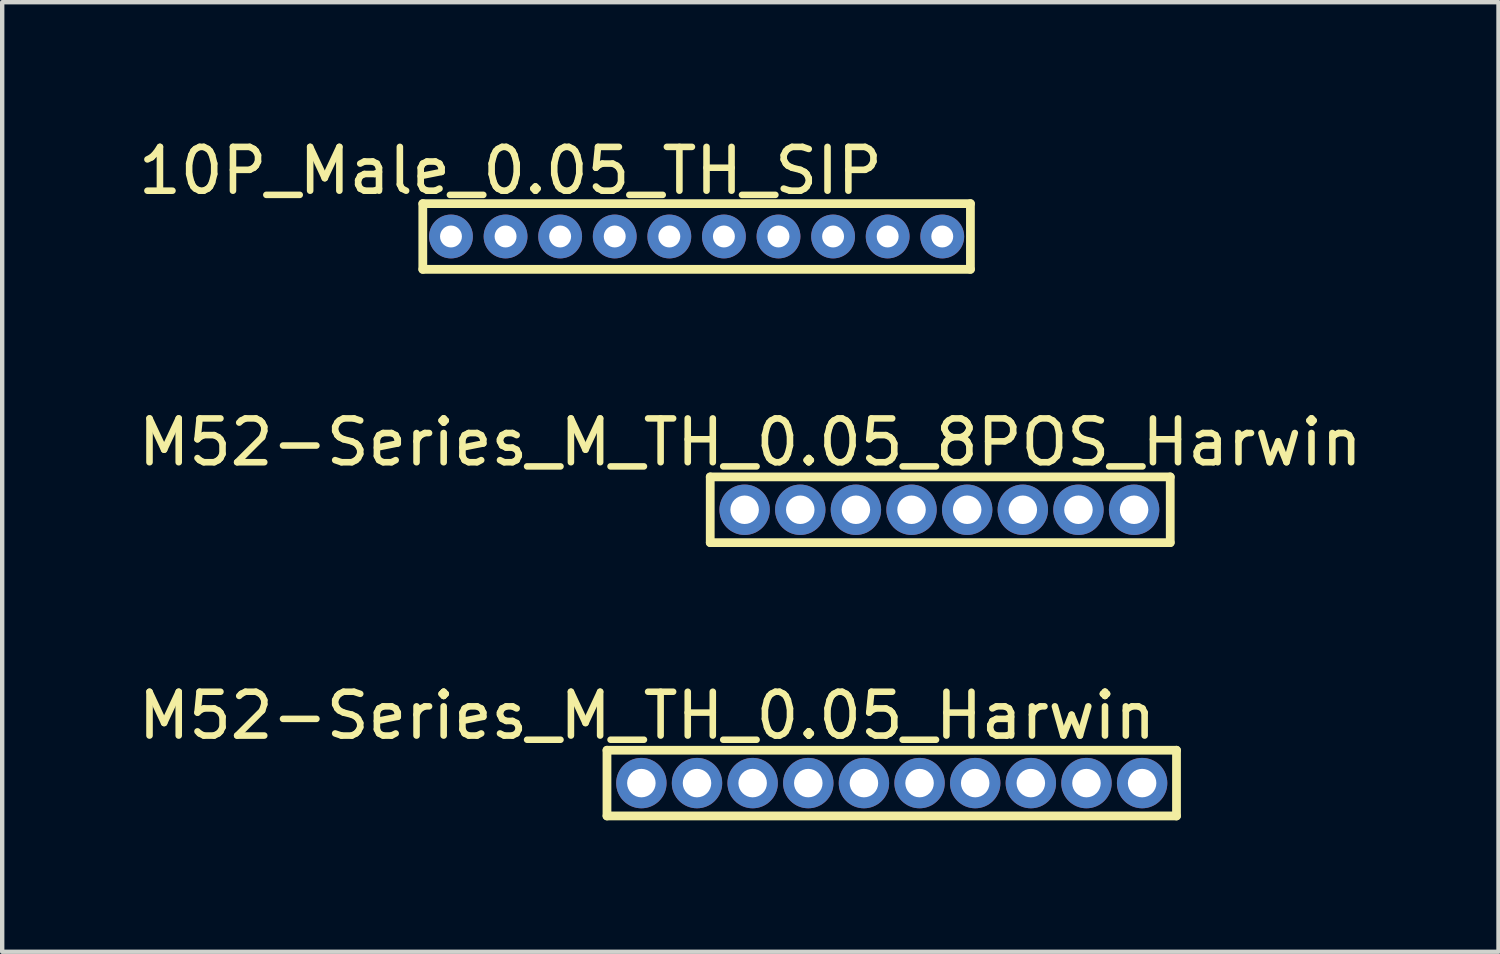
<source format=kicad_pcb>
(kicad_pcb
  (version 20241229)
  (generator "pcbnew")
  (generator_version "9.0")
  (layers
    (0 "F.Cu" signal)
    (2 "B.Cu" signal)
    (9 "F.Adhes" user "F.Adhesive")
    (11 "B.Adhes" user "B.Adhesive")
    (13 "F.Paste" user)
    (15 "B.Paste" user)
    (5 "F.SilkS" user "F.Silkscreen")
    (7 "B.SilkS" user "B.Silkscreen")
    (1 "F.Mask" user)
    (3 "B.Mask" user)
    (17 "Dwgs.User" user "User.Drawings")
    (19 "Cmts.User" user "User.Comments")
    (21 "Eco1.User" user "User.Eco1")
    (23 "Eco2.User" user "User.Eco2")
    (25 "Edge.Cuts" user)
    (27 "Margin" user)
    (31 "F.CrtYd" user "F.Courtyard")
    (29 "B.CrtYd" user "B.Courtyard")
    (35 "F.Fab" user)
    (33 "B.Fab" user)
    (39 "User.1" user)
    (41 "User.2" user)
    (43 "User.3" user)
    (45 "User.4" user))
  (footprint "M52-Series_M_TH_0.05_8POS_Harwin"
    (layer "F.Cu")
    (at 19.662 8.586)
    (property "Reference" "M52-Series_M_TH_0.05_8POS_Harwin" (at -5.585 -1.54 180) (layer "F.SilkS") (effects (font (size 1 1) (thickness 0.15))))
    (attr through_hole)
    (fp_line (start -6.5 -0.75) (end 4 -0.75) (stroke (width 0.2) (type solid)) (layer "F.SilkS"))
    (fp_line (start -6.5 0.75) (end -6.5 -0.75) (stroke (width 0.2) (type solid)) (layer "F.SilkS"))
    (fp_line (start 4 -0.75) (end 4 0.75) (stroke (width 0.2) (type solid)) (layer "F.SilkS"))
    (fp_line (start 4 0.75) (end -6.5 0.75) (stroke (width 0.2) (type solid)) (layer "F.SilkS"))
    (pad "1" thru_hole circle (at -5.715 0) (size 1.15 1.15) (drill 0.65) (layers "*.Cu" "*.Mask"))
    (pad "2" thru_hole circle (at -4.445 0) (size 1.15 1.15) (drill 0.65) (layers "*.Cu" "*.Mask"))
    (pad "3" thru_hole circle (at -3.175 0) (size 1.15 1.15) (drill 0.65) (layers "*.Cu" "*.Mask"))
    (pad "4" thru_hole circle (at -1.905 0) (size 1.15 1.15) (drill 0.65) (layers "*.Cu" "*.Mask"))
    (pad "5" thru_hole circle (at -0.635 0) (size 1.15 1.15) (drill 0.65) (layers "*.Cu" "*.Mask"))
    (pad "6" thru_hole circle (at 0.635 0) (size 1.15 1.15) (drill 0.65) (layers "*.Cu" "*.Mask"))
    (pad "7" thru_hole circle (at 1.905 0) (size 1.15 1.15) (drill 0.65) (layers "*.Cu" "*.Mask"))
    (pad "8" thru_hole circle (at 3.175 0) (size 1.15 1.15) (drill 0.65) (layers "*.Cu" "*.Mask")))
  (footprint "10P_Male_0.05_TH_SIP"
    (layer "F.Cu")
    (at 12.851 2.348)
    (property "Reference" "10P_Male_0.05_TH_SIP" (at -4.25 -1.5 0) (layer "F.SilkS") (effects (font (size 1 1) (thickness 0.15))))
    (attr through_hole)
    (fp_line (start -6.25 -0.75) (end 6.25 -0.75) (stroke (width 0.2) (type solid)) (layer "F.SilkS"))
    (fp_line (start -6.25 0.75) (end -6.25 -0.75) (stroke (width 0.2) (type solid)) (layer "F.SilkS"))
    (fp_line (start 6.25 -0.75) (end 6.25 0.75) (stroke (width 0.2) (type solid)) (layer "F.SilkS"))
    (fp_line (start 6.25 0.75) (end -6.25 0.75) (stroke (width 0.2) (type solid)) (layer "F.SilkS"))
    (pad "1" thru_hole circle (at -5.607 0) (size 1 1) (drill 0.5) (layers "*.Cu" "*.Mask"))
    (pad "2" thru_hole circle (at -4.361 0) (size 1 1) (drill 0.5) (layers "*.Cu" "*.Mask"))
    (pad "3" thru_hole circle (at -3.115 0) (size 1 1) (drill 0.5) (layers "*.Cu" "*.Mask"))
    (pad "4" thru_hole circle (at -1.869 0) (size 1 1) (drill 0.5) (layers "*.Cu" "*.Mask"))
    (pad "5" thru_hole circle (at -0.623 0) (size 1 1) (drill 0.5) (layers "*.Cu" "*.Mask"))
    (pad "6" thru_hole circle (at 0.623 0) (size 1 1) (drill 0.5) (layers "*.Cu" "*.Mask"))
    (pad "7" thru_hole circle (at 1.869 0) (size 1 1) (drill 0.5) (layers "*.Cu" "*.Mask"))
    (pad "8" thru_hole circle (at 3.115 0) (size 1 1) (drill 0.5) (layers "*.Cu" "*.Mask"))
    (pad "9" thru_hole circle (at 4.361 0) (size 1 1) (drill 0.5) (layers "*.Cu" "*.Mask"))
    (pad "10" thru_hole circle (at 5.607 0) (size 1 1) (drill 0.5) (layers "*.Cu" "*.Mask")))
  (footprint "M52-Series_M_TH_0.05_Harwin"
    (layer "F.Cu")
    (at 17.305 14.825)
    (property "Reference" "M52-Series_M_TH_0.05_Harwin" (at -5.585 -1.54 180) (layer "F.SilkS") (effects (font (size 1 1) (thickness 0.15))))
    (attr through_hole)
    (fp_line (start -6.5 -0.75) (end 6.5 -0.75) (stroke (width 0.2) (type solid)) (layer "F.SilkS"))
    (fp_line (start -6.5 0.75) (end -6.5 -0.75) (stroke (width 0.2) (type solid)) (layer "F.SilkS"))
    (fp_line (start 6.5 -0.75) (end 6.5 0.75) (stroke (width 0.2) (type solid)) (layer "F.SilkS"))
    (fp_line (start 6.5 0.75) (end -6.5 0.75) (stroke (width 0.2) (type solid)) (layer "F.SilkS"))
    (pad "1" thru_hole circle (at -5.715 0) (size 1.15 1.15) (drill 0.65) (layers "*.Cu" "*.Mask"))
    (pad "2" thru_hole circle (at -4.445 0) (size 1.15 1.15) (drill 0.65) (layers "*.Cu" "*.Mask"))
    (pad "3" thru_hole circle (at -3.175 0) (size 1.15 1.15) (drill 0.65) (layers "*.Cu" "*.Mask"))
    (pad "4" thru_hole circle (at -1.905 0) (size 1.15 1.15) (drill 0.65) (layers "*.Cu" "*.Mask"))
    (pad "5" thru_hole circle (at -0.635 0) (size 1.15 1.15) (drill 0.65) (layers "*.Cu" "*.Mask"))
    (pad "6" thru_hole circle (at 0.635 0) (size 1.15 1.15) (drill 0.65) (layers "*.Cu" "*.Mask"))
    (pad "7" thru_hole circle (at 1.905 0) (size 1.15 1.15) (drill 0.65) (layers "*.Cu" "*.Mask"))
    (pad "8" thru_hole circle (at 3.175 0) (size 1.15 1.15) (drill 0.65) (layers "*.Cu" "*.Mask"))
    (pad "9" thru_hole circle (at 4.445 0) (size 1.15 1.15) (drill 0.65) (layers "*.Cu" "*.Mask"))
    (pad "10" thru_hole circle (at 5.715 0) (size 1.15 1.15) (drill 0.65) (layers "*.Cu" "*.Mask")))
  (gr_rect
    (start -3 -3)
    (end 31.155 18.675)
    (stroke (width 0.1) (type default))
    (fill no)
    (layer "Edge.Cuts")))
</source>
